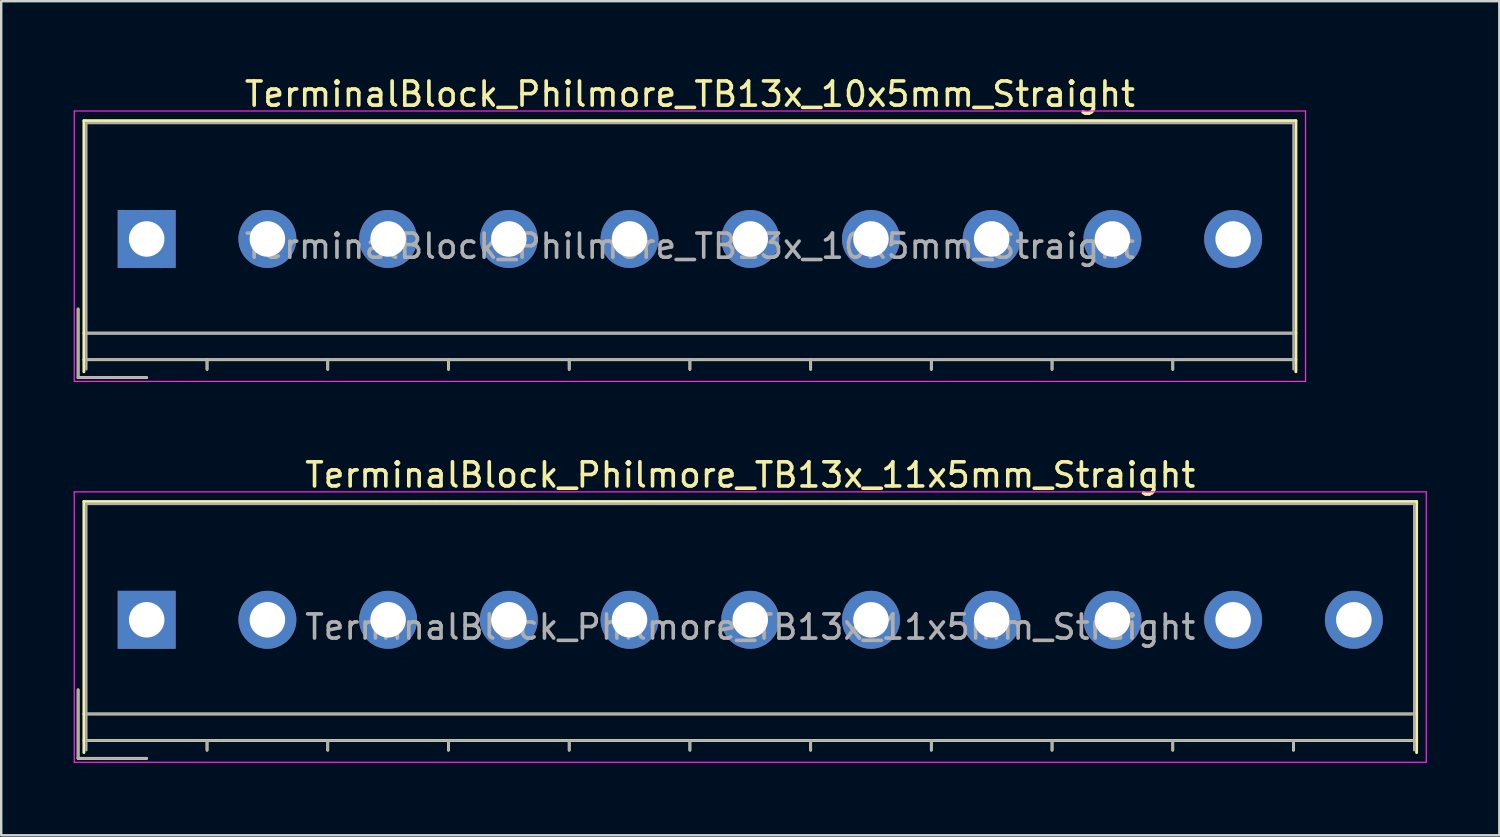
<source format=kicad_pcb>
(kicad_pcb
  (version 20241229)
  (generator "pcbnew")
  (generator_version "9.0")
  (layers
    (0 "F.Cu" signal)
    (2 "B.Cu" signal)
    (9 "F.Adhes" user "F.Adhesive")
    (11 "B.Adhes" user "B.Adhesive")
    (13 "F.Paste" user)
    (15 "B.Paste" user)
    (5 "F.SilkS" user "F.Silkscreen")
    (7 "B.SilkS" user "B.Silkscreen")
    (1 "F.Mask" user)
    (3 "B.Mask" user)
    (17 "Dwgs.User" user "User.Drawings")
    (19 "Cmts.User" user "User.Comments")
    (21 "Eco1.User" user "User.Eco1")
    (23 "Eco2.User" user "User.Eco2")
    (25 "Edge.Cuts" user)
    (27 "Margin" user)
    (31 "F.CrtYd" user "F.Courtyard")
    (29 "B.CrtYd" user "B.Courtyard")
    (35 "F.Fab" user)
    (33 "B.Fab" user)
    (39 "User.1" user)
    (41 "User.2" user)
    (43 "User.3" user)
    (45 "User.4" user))
  (footprint "TerminalBlock_Philmore_TB13x_10x5mm_Straight"
    (layer "F.Cu")
    (at 3.025 6.848)
    (property "Reference" "TerminalBlock_Philmore_TB13x_10x5mm_Straight" (at 22.5 -6 0) (layer "F.SilkS") (effects (font (size 1 1) (thickness 0.15))))
    (attr through_hole)
    (fp_line (start -2.84 2.9) (end -2.84 5.74) (stroke (width 0.12) (type solid)) (layer "F.SilkS"))
    (fp_line (start -2.84 5.74) (end 0 5.74) (stroke (width 0.12) (type solid)) (layer "F.SilkS"))
    (fp_line (start -2.6 -4.9) (end 47.6 -4.9) (stroke (width 0.12) (type solid)) (layer "F.SilkS"))
    (fp_line (start -2.6 3.9) (end 47.6 3.9) (stroke (width 0.12) (type solid)) (layer "F.SilkS"))
    (fp_line (start -2.6 5) (end 47.6 5) (stroke (width 0.12) (type solid)) (layer "F.SilkS"))
    (fp_line (start -2.6 5.5) (end -2.6 -4.9) (stroke (width 0.12) (type solid)) (layer "F.SilkS"))
    (fp_line (start 2.5 5) (end 2.5 5.4) (stroke (width 0.12) (type solid)) (layer "F.SilkS"))
    (fp_line (start 7.5 5) (end 7.5 5.4) (stroke (width 0.12) (type solid)) (layer "F.SilkS"))
    (fp_line (start 12.5 5) (end 12.5 5.4) (stroke (width 0.12) (type solid)) (layer "F.SilkS"))
    (fp_line (start 17.5 5) (end 17.5 5.4) (stroke (width 0.12) (type solid)) (layer "F.SilkS"))
    (fp_line (start 22.5 5) (end 22.5 5.4) (stroke (width 0.12) (type solid)) (layer "F.SilkS"))
    (fp_line (start 27.5 5) (end 27.5 5.4) (stroke (width 0.12) (type solid)) (layer "F.SilkS"))
    (fp_line (start 32.5 5) (end 32.5 5.4) (stroke (width 0.12) (type solid)) (layer "F.SilkS"))
    (fp_line (start 37.5 5) (end 37.5 5.4) (stroke (width 0.12) (type solid)) (layer "F.SilkS"))
    (fp_line (start 42.5 5) (end 42.5 5.4) (stroke (width 0.12) (type solid)) (layer "F.SilkS"))
    (fp_line (start 47.6 -4.9) (end 47.6 5.5) (stroke (width 0.12) (type solid)) (layer "F.SilkS"))
    (fp_line (start -3 -5.3) (end -3 5.9) (stroke (width 0.05) (type solid)) (layer "F.CrtYd"))
    (fp_line (start -3 5.9) (end 48 5.9) (stroke (width 0.05) (type solid)) (layer "F.CrtYd"))
    (fp_line (start 48 -5.3) (end -3 -5.3) (stroke (width 0.05) (type solid)) (layer "F.CrtYd"))
    (fp_line (start 48 5.9) (end 48 -5.3) (stroke (width 0.05) (type solid)) (layer "F.CrtYd"))
    (fp_line (start -2.84 2.9) (end -2.84 5.74) (stroke (width 0.1) (type solid)) (layer "F.Fab"))
    (fp_line (start -2.84 5.74) (end 0 5.74) (stroke (width 0.1) (type solid)) (layer "F.Fab"))
    (fp_line (start -2.5 -4.8) (end 47.5 -4.8) (stroke (width 0.1) (type solid)) (layer "F.Fab"))
    (fp_line (start -2.5 3.9) (end 47.5 3.9) (stroke (width 0.1) (type solid)) (layer "F.Fab"))
    (fp_line (start -2.5 5) (end 47.5 5) (stroke (width 0.1) (type solid)) (layer "F.Fab"))
    (fp_line (start -2.5 5.4) (end -2.5 -4.8) (stroke (width 0.1) (type solid)) (layer "F.Fab"))
    (fp_line (start 2.5 5) (end 2.5 5.4) (stroke (width 0.1) (type solid)) (layer "F.Fab"))
    (fp_line (start 7.5 5) (end 7.5 5.4) (stroke (width 0.1) (type solid)) (layer "F.Fab"))
    (fp_line (start 12.5 5) (end 12.5 5.4) (stroke (width 0.1) (type solid)) (layer "F.Fab"))
    (fp_line (start 17.5 5) (end 17.5 5.4) (stroke (width 0.1) (type solid)) (layer "F.Fab"))
    (fp_line (start 22.5 5) (end 22.5 5.4) (stroke (width 0.1) (type solid)) (layer "F.Fab"))
    (fp_line (start 27.5 5) (end 27.5 5.4) (stroke (width 0.1) (type solid)) (layer "F.Fab"))
    (fp_line (start 32.5 5) (end 32.5 5.4) (stroke (width 0.1) (type solid)) (layer "F.Fab"))
    (fp_line (start 37.5 5) (end 37.5 5.4) (stroke (width 0.1) (type solid)) (layer "F.Fab"))
    (fp_line (start 42.5 5) (end 42.5 5.4) (stroke (width 0.1) (type solid)) (layer "F.Fab"))
    (fp_line (start 47.5 -4.8) (end 47.5 5.4) (stroke (width 0.1) (type solid)) (layer "F.Fab"))
    (fp_text user "${REFERENCE}" (at 22.5 0.3 0) (layer "F.Fab") (effects (font (size 1 1) (thickness 0.15))))
    (pad "1" thru_hole rect (at 0 0) (size 2.4 2.4) (drill 1.47) (layers "*.Cu" "*.Mask"))
    (pad "2" thru_hole circle (at 5 0) (size 2.4 2.4) (drill 1.47) (layers "*.Cu" "*.Mask"))
    (pad "3" thru_hole circle (at 10 0) (size 2.4 2.4) (drill 1.47) (layers "*.Cu" "*.Mask"))
    (pad "4" thru_hole circle (at 15 0) (size 2.4 2.4) (drill 1.47) (layers "*.Cu" "*.Mask"))
    (pad "5" thru_hole circle (at 20 0) (size 2.4 2.4) (drill 1.47) (layers "*.Cu" "*.Mask"))
    (pad "6" thru_hole circle (at 25 0) (size 2.4 2.4) (drill 1.47) (layers "*.Cu" "*.Mask"))
    (pad "7" thru_hole circle (at 30 0) (size 2.4 2.4) (drill 1.47) (layers "*.Cu" "*.Mask"))
    (pad "8" thru_hole circle (at 35 0) (size 2.4 2.4) (drill 1.47) (layers "*.Cu" "*.Mask"))
    (pad "9" thru_hole circle (at 40 0) (size 2.4 2.4) (drill 1.47) (layers "*.Cu" "*.Mask"))
    (pad "10" thru_hole circle (at 45 0) (size 2.4 2.4) (drill 1.47) (layers "*.Cu" "*.Mask")))
  (footprint "TerminalBlock_Philmore_TB13x_11x5mm_Straight"
    (layer "F.Cu")
    (at 3.025 22.622)
    (property "Reference" "TerminalBlock_Philmore_TB13x_11x5mm_Straight" (at 25 -6 0) (layer "F.SilkS") (effects (font (size 1 1) (thickness 0.15))))
    (attr through_hole)
    (fp_line (start -2.84 2.9) (end -2.84 5.74) (stroke (width 0.12) (type solid)) (layer "F.SilkS"))
    (fp_line (start -2.84 5.74) (end 0 5.74) (stroke (width 0.12) (type solid)) (layer "F.SilkS"))
    (fp_line (start -2.6 -4.9) (end 52.6 -4.9) (stroke (width 0.12) (type solid)) (layer "F.SilkS"))
    (fp_line (start -2.6 3.9) (end 52.6 3.9) (stroke (width 0.12) (type solid)) (layer "F.SilkS"))
    (fp_line (start -2.6 5) (end 52.6 5) (stroke (width 0.12) (type solid)) (layer "F.SilkS"))
    (fp_line (start -2.6 5.5) (end -2.6 -4.9) (stroke (width 0.12) (type solid)) (layer "F.SilkS"))
    (fp_line (start 2.5 5) (end 2.5 5.4) (stroke (width 0.12) (type solid)) (layer "F.SilkS"))
    (fp_line (start 7.5 5) (end 7.5 5.4) (stroke (width 0.12) (type solid)) (layer "F.SilkS"))
    (fp_line (start 12.5 5) (end 12.5 5.4) (stroke (width 0.12) (type solid)) (layer "F.SilkS"))
    (fp_line (start 17.5 5) (end 17.5 5.4) (stroke (width 0.12) (type solid)) (layer "F.SilkS"))
    (fp_line (start 22.5 5) (end 22.5 5.4) (stroke (width 0.12) (type solid)) (layer "F.SilkS"))
    (fp_line (start 27.5 5) (end 27.5 5.4) (stroke (width 0.12) (type solid)) (layer "F.SilkS"))
    (fp_line (start 32.5 5) (end 32.5 5.4) (stroke (width 0.12) (type solid)) (layer "F.SilkS"))
    (fp_line (start 37.5 5) (end 37.5 5.4) (stroke (width 0.12) (type solid)) (layer "F.SilkS"))
    (fp_line (start 42.5 5) (end 42.5 5.4) (stroke (width 0.12) (type solid)) (layer "F.SilkS"))
    (fp_line (start 47.5 5) (end 47.5 5.4) (stroke (width 0.12) (type solid)) (layer "F.SilkS"))
    (fp_line (start 52.6 -4.9) (end 52.6 5.5) (stroke (width 0.12) (type solid)) (layer "F.SilkS"))
    (fp_line (start -3 -5.3) (end -3 5.9) (stroke (width 0.05) (type solid)) (layer "F.CrtYd"))
    (fp_line (start -3 5.9) (end 53 5.9) (stroke (width 0.05) (type solid)) (layer "F.CrtYd"))
    (fp_line (start 53 -5.3) (end -3 -5.3) (stroke (width 0.05) (type solid)) (layer "F.CrtYd"))
    (fp_line (start 53 5.9) (end 53 -5.3) (stroke (width 0.05) (type solid)) (layer "F.CrtYd"))
    (fp_line (start -2.84 2.9) (end -2.84 5.74) (stroke (width 0.1) (type solid)) (layer "F.Fab"))
    (fp_line (start -2.84 5.74) (end 0 5.74) (stroke (width 0.1) (type solid)) (layer "F.Fab"))
    (fp_line (start -2.5 -4.8) (end 52.5 -4.8) (stroke (width 0.1) (type solid)) (layer "F.Fab"))
    (fp_line (start -2.5 3.9) (end 52.5 3.9) (stroke (width 0.1) (type solid)) (layer "F.Fab"))
    (fp_line (start -2.5 5) (end 52.5 5) (stroke (width 0.1) (type solid)) (layer "F.Fab"))
    (fp_line (start -2.5 5.4) (end -2.5 -4.8) (stroke (width 0.1) (type solid)) (layer "F.Fab"))
    (fp_line (start 2.5 5) (end 2.5 5.4) (stroke (width 0.1) (type solid)) (layer "F.Fab"))
    (fp_line (start 7.5 5) (end 7.5 5.4) (stroke (width 0.1) (type solid)) (layer "F.Fab"))
    (fp_line (start 12.5 5) (end 12.5 5.4) (stroke (width 0.1) (type solid)) (layer "F.Fab"))
    (fp_line (start 17.5 5) (end 17.5 5.4) (stroke (width 0.1) (type solid)) (layer "F.Fab"))
    (fp_line (start 22.5 5) (end 22.5 5.4) (stroke (width 0.1) (type solid)) (layer "F.Fab"))
    (fp_line (start 27.5 5) (end 27.5 5.4) (stroke (width 0.1) (type solid)) (layer "F.Fab"))
    (fp_line (start 32.5 5) (end 32.5 5.4) (stroke (width 0.1) (type solid)) (layer "F.Fab"))
    (fp_line (start 37.5 5) (end 37.5 5.4) (stroke (width 0.1) (type solid)) (layer "F.Fab"))
    (fp_line (start 42.5 5) (end 42.5 5.4) (stroke (width 0.1) (type solid)) (layer "F.Fab"))
    (fp_line (start 47.5 5) (end 47.5 5.4) (stroke (width 0.1) (type solid)) (layer "F.Fab"))
    (fp_line (start 52.5 -4.8) (end 52.5 5.4) (stroke (width 0.1) (type solid)) (layer "F.Fab"))
    (fp_text user "${REFERENCE}" (at 25 0.3 0) (layer "F.Fab") (effects (font (size 1 1) (thickness 0.15))))
    (pad "1" thru_hole rect (at 0 0) (size 2.4 2.4) (drill 1.47) (layers "*.Cu" "*.Mask"))
    (pad "2" thru_hole circle (at 5 0) (size 2.4 2.4) (drill 1.47) (layers "*.Cu" "*.Mask"))
    (pad "3" thru_hole circle (at 10 0) (size 2.4 2.4) (drill 1.47) (layers "*.Cu" "*.Mask"))
    (pad "4" thru_hole circle (at 15 0) (size 2.4 2.4) (drill 1.47) (layers "*.Cu" "*.Mask"))
    (pad "5" thru_hole circle (at 20 0) (size 2.4 2.4) (drill 1.47) (layers "*.Cu" "*.Mask"))
    (pad "6" thru_hole circle (at 25 0) (size 2.4 2.4) (drill 1.47) (layers "*.Cu" "*.Mask"))
    (pad "7" thru_hole circle (at 30 0) (size 2.4 2.4) (drill 1.47) (layers "*.Cu" "*.Mask"))
    (pad "8" thru_hole circle (at 35 0) (size 2.4 2.4) (drill 1.47) (layers "*.Cu" "*.Mask"))
    (pad "9" thru_hole circle (at 40 0) (size 2.4 2.4) (drill 1.47) (layers "*.Cu" "*.Mask"))
    (pad "10" thru_hole circle (at 45 0) (size 2.4 2.4) (drill 1.47) (layers "*.Cu" "*.Mask"))
    (pad "11" thru_hole circle (at 50 0) (size 2.4 2.4) (drill 1.47) (layers "*.Cu" "*.Mask")))
  (gr_rect
    (start -3 -3)
    (end 59.05 31.547)
    (stroke (width 0.1) (type default))
    (fill no)
    (layer "Edge.Cuts")))
</source>
